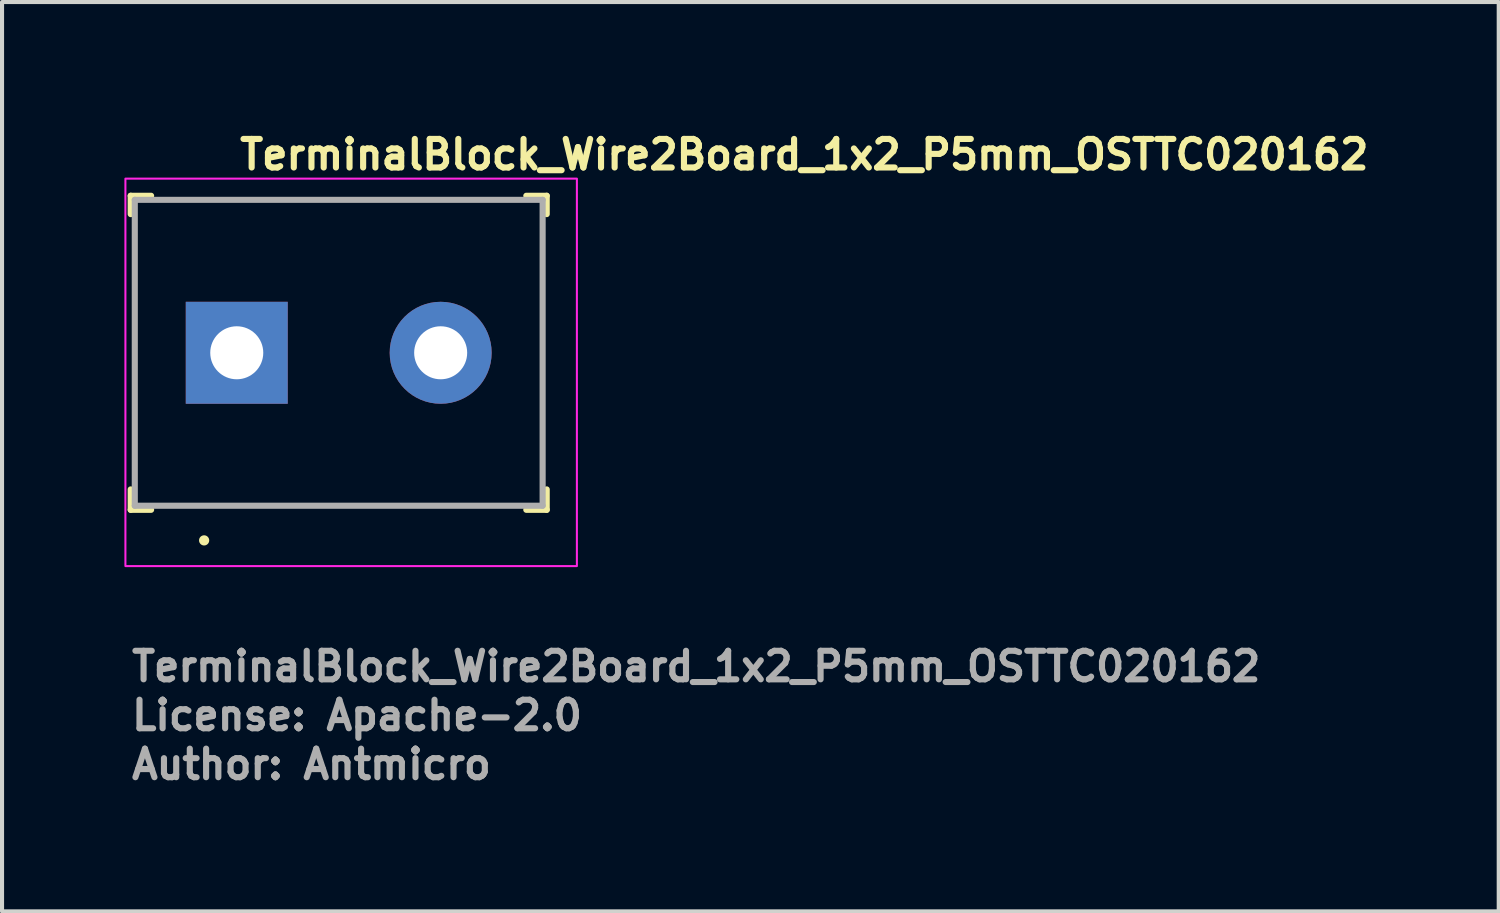
<source format=kicad_pcb>
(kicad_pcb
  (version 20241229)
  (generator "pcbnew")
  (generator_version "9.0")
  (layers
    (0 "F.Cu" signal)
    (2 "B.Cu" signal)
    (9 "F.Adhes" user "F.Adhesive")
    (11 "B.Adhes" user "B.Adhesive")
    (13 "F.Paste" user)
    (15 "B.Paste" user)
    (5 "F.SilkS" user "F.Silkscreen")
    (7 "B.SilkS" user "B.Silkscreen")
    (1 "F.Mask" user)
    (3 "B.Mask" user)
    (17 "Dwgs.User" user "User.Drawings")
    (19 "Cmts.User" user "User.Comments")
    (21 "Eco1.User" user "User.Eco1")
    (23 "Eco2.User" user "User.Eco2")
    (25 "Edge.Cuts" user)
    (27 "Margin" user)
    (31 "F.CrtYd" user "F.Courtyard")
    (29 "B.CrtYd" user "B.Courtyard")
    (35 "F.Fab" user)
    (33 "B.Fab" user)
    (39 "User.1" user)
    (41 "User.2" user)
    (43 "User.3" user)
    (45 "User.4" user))
  (footprint "TerminalBlock_Wire2Board_1x2_P5mm_OSTTC020162"
    (layer "F.Cu")
    (at 2.755 5.6)
    (property "Reference" "TerminalBlock_Wire2Board_1x2_P5mm_OSTTC020162" (at 0 -4.45 0) (layer "F.SilkS") (effects (font (size 0.7 0.7) (thickness 0.15)) (justify left bottom)))
    (attr through_hole)
    (fp_line (start -2.6 -3.85) (end -2.6 -3.4) (stroke (width 0.15) (type solid)) (layer "F.SilkS"))
    (fp_line (start -2.6 -3.85) (end -2.1 -3.85) (stroke (width 0.15) (type solid)) (layer "F.SilkS"))
    (fp_line (start -2.6 3.85) (end -2.6 3.35) (stroke (width 0.15) (type solid)) (layer "F.SilkS"))
    (fp_line (start -2.6 3.85) (end -2.1 3.85) (stroke (width 0.15) (type solid)) (layer "F.SilkS"))
    (fp_line (start 7.6 -3.85) (end 7.1 -3.85) (stroke (width 0.15) (type solid)) (layer "F.SilkS"))
    (fp_line (start 7.6 -3.85) (end 7.6 -3.4) (stroke (width 0.15) (type solid)) (layer "F.SilkS"))
    (fp_line (start 7.6 3.85) (end 7.1 3.85) (stroke (width 0.15) (type solid)) (layer "F.SilkS"))
    (fp_line (start 7.6 3.85) (end 7.6 3.35) (stroke (width 0.15) (type solid)) (layer "F.SilkS"))
    (fp_circle (center -0.8 4.6) (end -0.75 4.6) (stroke (width 0.15) (type solid)) (fill yes) (layer "F.SilkS"))
    (fp_rect (start -2.73 -4.27) (end 8.34 5.23) (stroke (width 0.05) (type solid)) (fill no) (layer "F.CrtYd"))
    (fp_line (start -2.5 -3.75) (end -2.5 3.75) (stroke (width 0.15) (type solid)) (layer "F.Fab"))
    (fp_line (start 7.5 -3.75) (end -2.5 -3.75) (stroke (width 0.15) (type solid)) (layer "F.Fab"))
    (fp_line (start 7.5 -3.75) (end 7.5 3.75) (stroke (width 0.15) (type solid)) (layer "F.Fab"))
    (fp_line (start 7.5 3.75) (end -2.5 3.75) (stroke (width 0.15) (type solid)) (layer "F.Fab"))
    (fp_rect (start -2.479 -4.023) (end 8.091 4.977) (stroke (width 0.1) (type solid)) (fill no) (layer "User.5"))
    (fp_line (start -2.479 -3.014) (end -2.479 -4.023) (stroke (width 0.02) (type solid)) (layer "User.9"))
    (fp_line (start -2.479 -3.014) (end -2.479 -3.003) (stroke (width 0.02) (type solid)) (layer "User.9"))
    (fp_line (start -2.479 -3.014) (end 7.521 -3.014) (stroke (width 0.02) (type solid)) (layer "User.9"))
    (fp_line (start -2.479 -3.003) (end -2.479 -2.99) (stroke (width 0.02) (type solid)) (layer "User.9"))
    (fp_line (start -2.479 -2.99) (end -2.479 -2.976) (stroke (width 0.02) (type solid)) (layer "User.9"))
    (fp_line (start -2.479 -2.976) (end -2.479 -2.96) (stroke (width 0.02) (type solid)) (layer "User.9"))
    (fp_line (start -2.479 -2.96) (end -2.479 -2.942) (stroke (width 0.02) (type solid)) (layer "User.9"))
    (fp_line (start -2.479 -2.942) (end -2.479 -2.923) (stroke (width 0.02) (type solid)) (layer "User.9"))
    (fp_line (start -2.479 -2.923) (end -2.479 -2.903) (stroke (width 0.02) (type solid)) (layer "User.9"))
    (fp_line (start -2.479 -2.903) (end -2.479 -2.882) (stroke (width 0.02) (type solid)) (layer "User.9"))
    (fp_line (start -2.479 -2.882) (end -2.479 -2.859) (stroke (width 0.02) (type solid)) (layer "User.9"))
    (fp_line (start -2.479 -2.859) (end -2.479 -2.836) (stroke (width 0.02) (type solid)) (layer "User.9"))
    (fp_line (start -2.479 -2.836) (end -2.479 -2.812) (stroke (width 0.02) (type solid)) (layer "User.9"))
    (fp_line (start -2.479 -2.812) (end -2.479 -2.788) (stroke (width 0.02) (type solid)) (layer "User.9"))
    (fp_line (start -2.479 -2.788) (end -2.479 -2.763) (stroke (width 0.02) (type solid)) (layer "User.9"))
    (fp_line (start -2.479 -2.763) (end -2.479 -2.738) (stroke (width 0.02) (type solid)) (layer "User.9"))
    (fp_line (start -2.479 -2.738) (end -2.479 -2.08) (stroke (width 0.02) (type solid)) (layer "User.9"))
    (fp_line (start -2.479 -2.738) (end 7.521 -2.738) (stroke (width 0.02) (type solid)) (layer "User.9"))
    (fp_line (start -2.479 -2.08) (end -2.351 -2.08) (stroke (width 0.02) (type solid)) (layer "User.9"))
    (fp_line (start -2.479 -1.666) (end -2.479 -2.08) (stroke (width 0.02) (type solid)) (layer "User.9"))
    (fp_line (start -2.479 -1.666) (end -2.479 1.62) (stroke (width 0.02) (type solid)) (layer "User.9"))
    (fp_line (start -2.479 2.034) (end -2.479 1.62) (stroke (width 0.02) (type solid)) (layer "User.9"))
    (fp_line (start -2.479 2.034) (end -2.479 2.702) (stroke (width 0.02) (type solid)) (layer "User.9"))
    (fp_line (start -2.479 2.727) (end -2.479 2.702) (stroke (width 0.02) (type solid)) (layer "User.9"))
    (fp_line (start -2.479 2.752) (end -2.479 2.727) (stroke (width 0.02) (type solid)) (layer "User.9"))
    (fp_line (start -2.479 2.776) (end -2.479 2.752) (stroke (width 0.02) (type solid)) (layer "User.9"))
    (fp_line (start -2.479 2.8) (end -2.479 2.776) (stroke (width 0.02) (type solid)) (layer "User.9"))
    (fp_line (start -2.479 2.823) (end -2.479 2.8) (stroke (width 0.02) (type solid)) (layer "User.9"))
    (fp_line (start -2.479 2.846) (end -2.479 2.823) (stroke (width 0.02) (type solid)) (layer "User.9"))
    (fp_line (start -2.479 2.867) (end -2.479 2.846) (stroke (width 0.02) (type solid)) (layer "User.9"))
    (fp_line (start -2.479 2.887) (end -2.479 2.867) (stroke (width 0.02) (type solid)) (layer "User.9"))
    (fp_line (start -2.479 2.906) (end -2.479 2.887) (stroke (width 0.02) (type solid)) (layer "User.9"))
    (fp_line (start -2.479 2.924) (end -2.479 2.906) (stroke (width 0.02) (type solid)) (layer "User.9"))
    (fp_line (start -2.479 2.94) (end -2.479 2.924) (stroke (width 0.02) (type solid)) (layer "User.9"))
    (fp_line (start -2.479 2.954) (end -2.479 2.94) (stroke (width 0.02) (type solid)) (layer "User.9"))
    (fp_line (start -2.479 2.967) (end -2.479 2.954) (stroke (width 0.02) (type solid)) (layer "User.9"))
    (fp_line (start -2.479 2.977) (end -2.479 2.967) (stroke (width 0.02) (type solid)) (layer "User.9"))
    (fp_line (start -2.479 2.977) (end -2.479 3.483) (stroke (width 0.02) (type solid)) (layer "User.9"))
    (fp_line (start -2.479 3.997) (end -2.479 3.483) (stroke (width 0.02) (type solid)) (layer "User.9"))
    (fp_line (start -2.479 4.108) (end -2.479 3.997) (stroke (width 0.02) (type solid)) (layer "User.9"))
    (fp_line (start -2.479 4.216) (end -2.479 4.108) (stroke (width 0.02) (type solid)) (layer "User.9"))
    (fp_line (start -2.479 4.322) (end -2.479 4.216) (stroke (width 0.02) (type solid)) (layer "User.9"))
    (fp_line (start -2.479 4.424) (end -2.479 4.322) (stroke (width 0.02) (type solid)) (layer "User.9"))
    (fp_line (start -2.479 4.52) (end -2.479 4.424) (stroke (width 0.02) (type solid)) (layer "User.9"))
    (fp_line (start -2.479 4.61) (end -2.479 4.52) (stroke (width 0.02) (type solid)) (layer "User.9"))
    (fp_line (start -2.479 4.691) (end -2.479 4.61) (stroke (width 0.02) (type solid)) (layer "User.9"))
    (fp_line (start -2.479 4.764) (end -2.479 4.691) (stroke (width 0.02) (type solid)) (layer "User.9"))
    (fp_line (start -2.479 4.828) (end -2.479 4.764) (stroke (width 0.02) (type solid)) (layer "User.9"))
    (fp_line (start -2.479 4.881) (end -2.479 4.828) (stroke (width 0.02) (type solid)) (layer "User.9"))
    (fp_line (start -2.479 4.922) (end -2.479 4.881) (stroke (width 0.02) (type solid)) (layer "User.9"))
    (fp_line (start -2.479 4.953) (end -2.479 4.922) (stroke (width 0.02) (type solid)) (layer "User.9"))
    (fp_line (start -2.479 4.971) (end -2.479 4.953) (stroke (width 0.02) (type solid)) (layer "User.9"))
    (fp_line (start -2.479 4.977) (end -2.479 4.971) (stroke (width 0.02) (type solid)) (layer "User.9"))
    (fp_line (start -2.351 -2.08) (end -2.172 -2.23) (stroke (width 0.02) (type solid)) (layer "User.9"))
    (fp_line (start -2.351 -1.666) (end -2.479 -1.666) (stroke (width 0.02) (type solid)) (layer "User.9"))
    (fp_line (start -2.351 1.62) (end -2.479 1.62) (stroke (width 0.02) (type solid)) (layer "User.9"))
    (fp_line (start -2.351 1.62) (end -2.172 1.47) (stroke (width 0.02) (type solid)) (layer "User.9"))
    (fp_line (start -2.351 2.034) (end -2.479 2.034) (stroke (width 0.02) (type solid)) (layer "User.9"))
    (fp_line (start -2.179 4.317) (end -2.179 4.227) (stroke (width 0.02) (type solid)) (layer "User.9"))
    (fp_line (start -2.179 4.404) (end -2.179 4.317) (stroke (width 0.02) (type solid)) (layer "User.9"))
    (fp_line (start -2.179 4.487) (end -2.179 4.404) (stroke (width 0.02) (type solid)) (layer "User.9"))
    (fp_line (start -2.179 4.566) (end -2.179 4.487) (stroke (width 0.02) (type solid)) (layer "User.9"))
    (fp_line (start -2.179 4.639) (end -2.179 4.566) (stroke (width 0.02) (type solid)) (layer "User.9"))
    (fp_line (start -2.179 4.707) (end -2.179 4.639) (stroke (width 0.02) (type solid)) (layer "User.9"))
    (fp_line (start -2.179 4.768) (end -2.179 4.707) (stroke (width 0.02) (type solid)) (layer "User.9"))
    (fp_line (start -2.179 4.822) (end -2.179 4.768) (stroke (width 0.02) (type solid)) (layer "User.9"))
    (fp_line (start -2.179 4.868) (end -2.179 4.822) (stroke (width 0.02) (type solid)) (layer "User.9"))
    (fp_line (start -2.179 4.907) (end -2.179 4.868) (stroke (width 0.02) (type solid)) (layer "User.9"))
    (fp_line (start -2.179 4.938) (end -2.179 4.907) (stroke (width 0.02) (type solid)) (layer "User.9"))
    (fp_line (start -2.179 4.959) (end -2.179 4.938) (stroke (width 0.02) (type solid)) (layer "User.9"))
    (fp_line (start -2.179 4.973) (end -2.179 4.959) (stroke (width 0.02) (type solid)) (layer "User.9"))
    (fp_line (start -2.179 4.977) (end -2.479 4.977) (stroke (width 0.02) (type solid)) (layer "User.9"))
    (fp_line (start -2.179 4.977) (end -2.179 4.973) (stroke (width 0.02) (type solid)) (layer "User.9"))
    (fp_line (start -2.179 4.977) (end -1.979 4.631) (stroke (width 0.02) (type solid)) (layer "User.9"))
    (fp_line (start -2.172 -2.23) (end -1.909 -2.23) (stroke (width 0.02) (type solid)) (layer "User.9"))
    (fp_line (start -2.172 -1.516) (end -2.351 -1.666) (stroke (width 0.02) (type solid)) (layer "User.9"))
    (fp_line (start -2.172 1.47) (end -1.909 1.47) (stroke (width 0.02) (type solid)) (layer "User.9"))
    (fp_line (start -2.172 2.184) (end -2.351 2.034) (stroke (width 0.02) (type solid)) (layer "User.9"))
    (fp_line (start -2.172 2.184) (end -1.909 2.184) (stroke (width 0.02) (type solid)) (layer "User.9"))
    (fp_line (start -1.979 4.227) (end -1.229 4.227) (stroke (width 0.02) (type solid)) (layer "User.9"))
    (fp_line (start -1.979 4.277) (end -1.979 4.227) (stroke (width 0.02) (type solid)) (layer "User.9"))
    (fp_line (start -1.979 4.325) (end -1.979 4.277) (stroke (width 0.02) (type solid)) (layer "User.9"))
    (fp_line (start -1.979 4.37) (end -1.979 4.325) (stroke (width 0.02) (type solid)) (layer "User.9"))
    (fp_line (start -1.979 4.413) (end -1.979 4.37) (stroke (width 0.02) (type solid)) (layer "User.9"))
    (fp_line (start -1.979 4.452) (end -1.979 4.413) (stroke (width 0.02) (type solid)) (layer "User.9"))
    (fp_line (start -1.979 4.488) (end -1.979 4.452) (stroke (width 0.02) (type solid)) (layer "User.9"))
    (fp_line (start -1.979 4.521) (end -1.979 4.488) (stroke (width 0.02) (type solid)) (layer "User.9"))
    (fp_line (start -1.979 4.549) (end -1.979 4.521) (stroke (width 0.02) (type solid)) (layer "User.9"))
    (fp_line (start -1.979 4.574) (end -1.979 4.549) (stroke (width 0.02) (type solid)) (layer "User.9"))
    (fp_line (start -1.979 4.594) (end -1.979 4.574) (stroke (width 0.02) (type solid)) (layer "User.9"))
    (fp_line (start -1.979 4.61) (end -1.979 4.594) (stroke (width 0.02) (type solid)) (layer "User.9"))
    (fp_line (start -1.979 4.621) (end -1.979 4.61) (stroke (width 0.02) (type solid)) (layer "User.9"))
    (fp_line (start -1.979 4.628) (end -1.979 4.621) (stroke (width 0.02) (type solid)) (layer "User.9"))
    (fp_line (start -1.979 4.631) (end -2.179 4.977) (stroke (width 0.02) (type solid)) (layer "User.9"))
    (fp_line (start -1.979 4.631) (end -1.979 4.628) (stroke (width 0.02) (type solid)) (layer "User.9"))
    (fp_line (start -1.909 -2.23) (end -1.909 -1.516) (stroke (width 0.02) (type solid)) (layer "User.9"))
    (fp_line (start -1.909 -1.516) (end -2.172 -1.516) (stroke (width 0.02) (type solid)) (layer "User.9"))
    (fp_line (start -1.909 2.184) (end -1.909 1.47) (stroke (width 0.02) (type solid)) (layer "User.9"))
    (fp_line (start -1.479 -0.023) (end -1.477 0.065) (stroke (width 0.02) (type solid)) (layer "User.9"))
    (fp_line (start -1.477 -0.111) (end -1.479 -0.023) (stroke (width 0.02) (type solid)) (layer "User.9"))
    (fp_line (start -1.477 0.065) (end -1.469 0.153) (stroke (width 0.02) (type solid)) (layer "User.9"))
    (fp_line (start -1.469 -0.199) (end -1.477 -0.111) (stroke (width 0.02) (type solid)) (layer "User.9"))
    (fp_line (start -1.469 0.153) (end -1.456 0.241) (stroke (width 0.02) (type solid)) (layer "User.9"))
    (fp_line (start -1.456 -0.286) (end -1.469 -0.199) (stroke (width 0.02) (type solid)) (layer "User.9"))
    (fp_line (start -1.456 0.241) (end -1.438 0.327) (stroke (width 0.02) (type solid)) (layer "User.9"))
    (fp_line (start -1.438 -0.373) (end -1.456 -0.286) (stroke (width 0.02) (type solid)) (layer "User.9"))
    (fp_line (start -1.438 -0.373) (end -0.329 -0.373) (stroke (width 0.02) (type solid)) (layer "User.9"))
    (fp_line (start -1.438 0.327) (end -0.329 0.327) (stroke (width 0.02) (type solid)) (layer "User.9"))
    (fp_line (start -1.079 -3.734) (end -1.052 -3.764) (stroke (width 0.02) (type solid)) (layer "User.9"))
    (fp_line (start -1.052 -3.764) (end -0.97 -3.793) (stroke (width 0.02) (type solid)) (layer "User.9"))
    (fp_line (start -1.052 -3.704) (end -1.079 -3.734) (stroke (width 0.02) (type solid)) (layer "User.9"))
    (fp_line (start -0.97 -3.793) (end -0.839 -3.819) (stroke (width 0.02) (type solid)) (layer "User.9"))
    (fp_line (start -0.97 -3.676) (end -1.052 -3.704) (stroke (width 0.02) (type solid)) (layer "User.9"))
    (fp_line (start -0.839 -3.819) (end -0.665 -3.84) (stroke (width 0.02) (type solid)) (layer "User.9"))
    (fp_line (start -0.839 -3.65) (end -0.97 -3.676) (stroke (width 0.02) (type solid)) (layer "User.9"))
    (fp_line (start -0.665 -3.84) (end -0.457 -3.856) (stroke (width 0.02) (type solid)) (layer "User.9"))
    (fp_line (start -0.665 -3.629) (end -0.839 -3.65) (stroke (width 0.02) (type solid)) (layer "User.9"))
    (fp_line (start -0.457 -3.856) (end -0.224 -3.866) (stroke (width 0.02) (type solid)) (layer "User.9"))
    (fp_line (start -0.457 -3.613) (end -0.665 -3.629) (stroke (width 0.02) (type solid)) (layer "User.9"))
    (fp_line (start -0.329 -0.373) (end -0.329 -1.89) (stroke (width 0.02) (type solid)) (layer "User.9"))
    (fp_line (start -0.329 0.327) (end -0.33 1.84) (stroke (width 0.02) (type solid)) (layer "User.9"))
    (fp_line (start -0.224 -3.866) (end 0.021 -3.869) (stroke (width 0.02) (type solid)) (layer "User.9"))
    (fp_line (start -0.224 -3.603) (end -0.457 -3.613) (stroke (width 0.02) (type solid)) (layer "User.9"))
    (fp_line (start 0.021 -3.869) (end 0.265 -3.866) (stroke (width 0.02) (type solid)) (layer "User.9"))
    (fp_line (start 0.021 -3.599) (end -0.224 -3.603) (stroke (width 0.02) (type solid)) (layer "User.9"))
    (fp_line (start 0.265 -3.866) (end 0.498 -3.856) (stroke (width 0.02) (type solid)) (layer "User.9"))
    (fp_line (start 0.265 -3.603) (end 0.021 -3.599) (stroke (width 0.02) (type solid)) (layer "User.9"))
    (fp_line (start 0.37 1.84) (end 0.371 0.327) (stroke (width 0.02) (type solid)) (layer "User.9"))
    (fp_line (start 0.371 -0.373) (end 0.37 -1.89) (stroke (width 0.02) (type solid)) (layer "User.9"))
    (fp_line (start 0.371 -0.373) (end 1.479 -0.373) (stroke (width 0.02) (type solid)) (layer "User.9"))
    (fp_line (start 0.498 -3.856) (end 0.706 -3.84) (stroke (width 0.02) (type solid)) (layer "User.9"))
    (fp_line (start 0.498 -3.613) (end 0.265 -3.603) (stroke (width 0.02) (type solid)) (layer "User.9"))
    (fp_line (start 0.706 -3.84) (end 0.881 -3.819) (stroke (width 0.02) (type solid)) (layer "User.9"))
    (fp_line (start 0.706 -3.629) (end 0.498 -3.613) (stroke (width 0.02) (type solid)) (layer "User.9"))
    (fp_line (start 0.881 -3.819) (end 1.012 -3.793) (stroke (width 0.02) (type solid)) (layer "User.9"))
    (fp_line (start 0.881 -3.65) (end 0.706 -3.629) (stroke (width 0.02) (type solid)) (layer "User.9"))
    (fp_line (start 1.012 -3.793) (end 1.093 -3.764) (stroke (width 0.02) (type solid)) (layer "User.9"))
    (fp_line (start 1.012 -3.676) (end 0.881 -3.65) (stroke (width 0.02) (type solid)) (layer "User.9"))
    (fp_line (start 1.093 -3.764) (end 1.121 -3.734) (stroke (width 0.02) (type solid)) (layer "User.9"))
    (fp_line (start 1.093 -3.704) (end 1.012 -3.676) (stroke (width 0.02) (type solid)) (layer "User.9"))
    (fp_line (start 1.121 -3.734) (end 1.093 -3.704) (stroke (width 0.02) (type solid)) (layer "User.9"))
    (fp_line (start 1.271 4.227) (end 2.121 4.227) (stroke (width 0.02) (type solid)) (layer "User.9"))
    (fp_line (start 1.479 0.327) (end 0.371 0.327) (stroke (width 0.02) (type solid)) (layer "User.9"))
    (fp_line (start 1.479 0.327) (end 1.497 0.241) (stroke (width 0.02) (type solid)) (layer "User.9"))
    (fp_line (start 1.497 -0.286) (end 1.479 -0.373) (stroke (width 0.02) (type solid)) (layer "User.9"))
    (fp_line (start 1.497 0.241) (end 1.51 0.153) (stroke (width 0.02) (type solid)) (layer "User.9"))
    (fp_line (start 1.51 -0.199) (end 1.497 -0.286) (stroke (width 0.02) (type solid)) (layer "User.9"))
    (fp_line (start 1.51 0.153) (end 1.518 0.065) (stroke (width 0.02) (type solid)) (layer "User.9"))
    (fp_line (start 1.518 -0.111) (end 1.51 -0.199) (stroke (width 0.02) (type solid)) (layer "User.9"))
    (fp_line (start 1.518 0.065) (end 1.521 -0.023) (stroke (width 0.02) (type solid)) (layer "User.9"))
    (fp_line (start 1.521 -0.023) (end 1.518 -0.111) (stroke (width 0.02) (type solid)) (layer "User.9"))
    (fp_line (start 2.121 -4.023) (end -2.479 -4.023) (stroke (width 0.02) (type solid)) (layer "User.9"))
    (fp_line (start 2.121 -4.021) (end 2.121 -4.023) (stroke (width 0.02) (type solid)) (layer "User.9"))
    (fp_line (start 2.121 -4.015) (end 2.121 -4.021) (stroke (width 0.02) (type solid)) (layer "User.9"))
    (fp_line (start 2.121 -4.006) (end 2.121 -4.015) (stroke (width 0.02) (type solid)) (layer "User.9"))
    (fp_line (start 2.121 -3.993) (end 2.121 -4.006) (stroke (width 0.02) (type solid)) (layer "User.9"))
    (fp_line (start 2.121 -3.977) (end 2.121 -3.993) (stroke (width 0.02) (type solid)) (layer "User.9"))
    (fp_line (start 2.121 -3.957) (end 2.121 -3.977) (stroke (width 0.02) (type solid)) (layer "User.9"))
    (fp_line (start 2.121 -3.935) (end 2.121 -3.957) (stroke (width 0.02) (type solid)) (layer "User.9"))
    (fp_line (start 2.121 -3.91) (end 2.121 -3.935) (stroke (width 0.02) (type solid)) (layer "User.9"))
    (fp_line (start 2.121 -3.882) (end 2.121 -3.91) (stroke (width 0.02) (type solid)) (layer "User.9"))
    (fp_line (start 2.121 -3.853) (end 2.121 -3.882) (stroke (width 0.02) (type solid)) (layer "User.9"))
    (fp_line (start 2.121 -3.822) (end 2.121 -3.853) (stroke (width 0.02) (type solid)) (layer "User.9"))
    (fp_line (start 2.121 -3.79) (end 2.121 -3.822) (stroke (width 0.02) (type solid)) (layer "User.9"))
    (fp_line (start 2.121 -3.756) (end 2.121 -3.79) (stroke (width 0.02) (type solid)) (layer "User.9"))
    (fp_line (start 2.121 -3.723) (end 2.121 -3.756) (stroke (width 0.02) (type solid)) (layer "User.9"))
    (fp_line (start 2.121 -3.723) (end 2.121 -3.243) (stroke (width 0.02) (type solid)) (layer "User.9"))
    (fp_line (start 2.121 -3.243) (end 2.921 -3.243) (stroke (width 0.02) (type solid)) (layer "User.9"))
    (fp_line (start 2.121 4.227) (end 2.121 4.277) (stroke (width 0.02) (type solid)) (layer "User.9"))
    (fp_line (start 2.121 4.277) (end 2.121 4.325) (stroke (width 0.02) (type solid)) (layer "User.9"))
    (fp_line (start 2.121 4.325) (end 2.121 4.37) (stroke (width 0.02) (type solid)) (layer "User.9"))
    (fp_line (start 2.121 4.37) (end 2.121 4.413) (stroke (width 0.02) (type solid)) (layer "User.9"))
    (fp_line (start 2.121 4.413) (end 2.121 4.452) (stroke (width 0.02) (type solid)) (layer "User.9"))
    (fp_line (start 2.121 4.452) (end 2.121 4.488) (stroke (width 0.02) (type solid)) (layer "User.9"))
    (fp_line (start 2.121 4.488) (end 2.121 4.521) (stroke (width 0.02) (type solid)) (layer "User.9"))
    (fp_line (start 2.121 4.521) (end 2.121 4.549) (stroke (width 0.02) (type solid)) (layer "User.9"))
    (fp_line (start 2.121 4.549) (end 2.121 4.574) (stroke (width 0.02) (type solid)) (layer "User.9"))
    (fp_line (start 2.121 4.574) (end 2.121 4.594) (stroke (width 0.02) (type solid)) (layer "User.9"))
    (fp_line (start 2.121 4.594) (end 2.121 4.61) (stroke (width 0.02) (type solid)) (layer "User.9"))
    (fp_line (start 2.121 4.61) (end 2.121 4.621) (stroke (width 0.02) (type solid)) (layer "User.9"))
    (fp_line (start 2.121 4.621) (end 2.121 4.628) (stroke (width 0.02) (type solid)) (layer "User.9"))
    (fp_line (start 2.121 4.628) (end 2.121 4.631) (stroke (width 0.02) (type solid)) (layer "User.9"))
    (fp_line (start 2.321 4.227) (end -2.179 4.227) (stroke (width 0.02) (type solid)) (layer "User.9"))
    (fp_line (start 2.321 4.317) (end 2.321 4.227) (stroke (width 0.02) (type solid)) (layer "User.9"))
    (fp_line (start 2.321 4.404) (end 2.321 4.317) (stroke (width 0.02) (type solid)) (layer "User.9"))
    (fp_line (start 2.321 4.487) (end 2.321 4.404) (stroke (width 0.02) (type solid)) (layer "User.9"))
    (fp_line (start 2.321 4.566) (end 2.321 4.487) (stroke (width 0.02) (type solid)) (layer "User.9"))
    (fp_line (start 2.321 4.639) (end 2.321 4.566) (stroke (width 0.02) (type solid)) (layer "User.9"))
    (fp_line (start 2.321 4.707) (end 2.321 4.639) (stroke (width 0.02) (type solid)) (layer "User.9"))
    (fp_line (start 2.321 4.768) (end 2.321 4.707) (stroke (width 0.02) (type solid)) (layer "User.9"))
    (fp_line (start 2.321 4.822) (end 2.321 4.768) (stroke (width 0.02) (type solid)) (layer "User.9"))
    (fp_line (start 2.321 4.868) (end 2.321 4.822) (stroke (width 0.02) (type solid)) (layer "User.9"))
    (fp_line (start 2.321 4.907) (end 2.321 4.868) (stroke (width 0.02) (type solid)) (layer "User.9"))
    (fp_line (start 2.321 4.938) (end 2.321 4.907) (stroke (width 0.02) (type solid)) (layer "User.9"))
    (fp_line (start 2.321 4.959) (end 2.321 4.938) (stroke (width 0.02) (type solid)) (layer "User.9"))
    (fp_line (start 2.321 4.973) (end 2.321 4.959) (stroke (width 0.02) (type solid)) (layer "User.9"))
    (fp_line (start 2.321 4.977) (end 2.121 4.631) (stroke (width 0.02) (type solid)) (layer "User.9"))
    (fp_line (start 2.321 4.977) (end 2.321 4.973) (stroke (width 0.02) (type solid)) (layer "User.9"))
    (fp_line (start 2.721 4.317) (end 2.721 4.227) (stroke (width 0.02) (type solid)) (layer "User.9"))
    (fp_line (start 2.721 4.404) (end 2.721 4.317) (stroke (width 0.02) (type solid)) (layer "User.9"))
    (fp_line (start 2.721 4.487) (end 2.721 4.404) (stroke (width 0.02) (type solid)) (layer "User.9"))
    (fp_line (start 2.721 4.566) (end 2.721 4.487) (stroke (width 0.02) (type solid)) (layer "User.9"))
    (fp_line (start 2.721 4.639) (end 2.721 4.566) (stroke (width 0.02) (type solid)) (layer "User.9"))
    (fp_line (start 2.721 4.707) (end 2.721 4.639) (stroke (width 0.02) (type solid)) (layer "User.9"))
    (fp_line (start 2.721 4.768) (end 2.721 4.707) (stroke (width 0.02) (type solid)) (layer "User.9"))
    (fp_line (start 2.721 4.822) (end 2.721 4.768) (stroke (width 0.02) (type solid)) (layer "User.9"))
    (fp_line (start 2.721 4.868) (end 2.721 4.822) (stroke (width 0.02) (type solid)) (layer "User.9"))
    (fp_line (start 2.721 4.907) (end 2.721 4.868) (stroke (width 0.02) (type solid)) (layer "User.9"))
    (fp_line (start 2.721 4.938) (end 2.721 4.907) (stroke (width 0.02) (type solid)) (layer "User.9"))
    (fp_line (start 2.721 4.959) (end 2.721 4.938) (stroke (width 0.02) (type solid)) (layer "User.9"))
    (fp_line (start 2.721 4.973) (end 2.721 4.959) (stroke (width 0.02) (type solid)) (layer "User.9"))
    (fp_line (start 2.721 4.977) (end 2.321 4.977) (stroke (width 0.02) (type solid)) (layer "User.9"))
    (fp_line (start 2.721 4.977) (end 2.721 4.973) (stroke (width 0.02) (type solid)) (layer "User.9"))
    (fp_line (start 2.721 4.977) (end 2.921 4.631) (stroke (width 0.02) (type solid)) (layer "User.9"))
    (fp_line (start 2.921 -4.023) (end 2.121 -4.023) (stroke (width 0.02) (type solid)) (layer "User.9"))
    (fp_line (start 2.921 -4.021) (end 2.921 -4.023) (stroke (width 0.02) (type solid)) (layer "User.9"))
    (fp_line (start 2.921 -4.015) (end 2.921 -4.021) (stroke (width 0.02) (type solid)) (layer "User.9"))
    (fp_line (start 2.921 -4.006) (end 2.921 -4.015) (stroke (width 0.02) (type solid)) (layer "User.9"))
    (fp_line (start 2.921 -3.993) (end 2.921 -4.006) (stroke (width 0.02) (type solid)) (layer "User.9"))
    (fp_line (start 2.921 -3.977) (end 2.921 -3.993) (stroke (width 0.02) (type solid)) (layer "User.9"))
    (fp_line (start 2.921 -3.957) (end 2.921 -3.977) (stroke (width 0.02) (type solid)) (layer "User.9"))
    (fp_line (start 2.921 -3.935) (end 2.921 -3.957) (stroke (width 0.02) (type solid)) (layer "User.9"))
    (fp_line (start 2.921 -3.91) (end 2.921 -3.935) (stroke (width 0.02) (type solid)) (layer "User.9"))
    (fp_line (start 2.921 -3.882) (end 2.921 -3.91) (stroke (width 0.02) (type solid)) (layer "User.9"))
    (fp_line (start 2.921 -3.853) (end 2.921 -3.882) (stroke (width 0.02) (type solid)) (layer "User.9"))
    (fp_line (start 2.921 -3.822) (end 2.921 -3.853) (stroke (width 0.02) (type solid)) (layer "User.9"))
    (fp_line (start 2.921 -3.79) (end 2.921 -3.822) (stroke (width 0.02) (type solid)) (layer "User.9"))
    (fp_line (start 2.921 -3.756) (end 2.921 -3.79) (stroke (width 0.02) (type solid)) (layer "User.9"))
    (fp_line (start 2.921 -3.723) (end 2.121 -3.723) (stroke (width 0.02) (type solid)) (layer "User.9"))
    (fp_line (start 2.921 -3.723) (end 2.921 -3.756) (stroke (width 0.02) (type solid)) (layer "User.9"))
    (fp_line (start 2.921 -3.723) (end 2.921 -3.243) (stroke (width 0.02) (type solid)) (layer "User.9"))
    (fp_line (start 2.921 4.277) (end 2.921 4.227) (stroke (width 0.02) (type solid)) (layer "User.9"))
    (fp_line (start 2.921 4.325) (end 2.921 4.277) (stroke (width 0.02) (type solid)) (layer "User.9"))
    (fp_line (start 2.921 4.37) (end 2.921 4.325) (stroke (width 0.02) (type solid)) (layer "User.9"))
    (fp_line (start 2.921 4.413) (end 2.921 4.37) (stroke (width 0.02) (type solid)) (layer "User.9"))
    (fp_line (start 2.921 4.452) (end 2.921 4.413) (stroke (width 0.02) (type solid)) (layer "User.9"))
    (fp_line (start 2.921 4.488) (end 2.921 4.452) (stroke (width 0.02) (type solid)) (layer "User.9"))
    (fp_line (start 2.921 4.521) (end 2.921 4.488) (stroke (width 0.02) (type solid)) (layer "User.9"))
    (fp_line (start 2.921 4.549) (end 2.921 4.521) (stroke (width 0.02) (type solid)) (layer "User.9"))
    (fp_line (start 2.921 4.574) (end 2.921 4.549) (stroke (width 0.02) (type solid)) (layer "User.9"))
    (fp_line (start 2.921 4.594) (end 2.921 4.574) (stroke (width 0.02) (type solid)) (layer "User.9"))
    (fp_line (start 2.921 4.61) (end 2.921 4.594) (stroke (width 0.02) (type solid)) (layer "User.9"))
    (fp_line (start 2.921 4.621) (end 2.921 4.61) (stroke (width 0.02) (type solid)) (layer "User.9"))
    (fp_line (start 2.921 4.628) (end 2.921 4.621) (stroke (width 0.02) (type solid)) (layer "User.9"))
    (fp_line (start 2.921 4.631) (end 2.721 4.977) (stroke (width 0.02) (type solid)) (layer "User.9"))
    (fp_line (start 2.921 4.631) (end 2.921 4.628) (stroke (width 0.02) (type solid)) (layer "User.9"))
    (fp_line (start 3.506 0) (end 3.508 0.088) (stroke (width 0.02) (type solid)) (layer "User.9"))
    (fp_line (start 3.508 -0.088) (end 3.506 0) (stroke (width 0.02) (type solid)) (layer "User.9"))
    (fp_line (start 3.508 0.088) (end 3.516 0.176) (stroke (width 0.02) (type solid)) (layer "User.9"))
    (fp_line (start 3.516 -0.176) (end 3.508 -0.088) (stroke (width 0.02) (type solid)) (layer "User.9"))
    (fp_line (start 3.516 0.176) (end 3.529 0.264) (stroke (width 0.02) (type solid)) (layer "User.9"))
    (fp_line (start 3.529 -0.263) (end 3.516 -0.176) (stroke (width 0.02) (type solid)) (layer "User.9"))
    (fp_line (start 3.529 0.264) (end 3.547 0.35) (stroke (width 0.02) (type solid)) (layer "User.9"))
    (fp_line (start 3.547 -0.35) (end 3.529 -0.263) (stroke (width 0.02) (type solid)) (layer "User.9"))
    (fp_line (start 3.547 -0.35) (end 4.656 -0.35) (stroke (width 0.02) (type solid)) (layer "User.9"))
    (fp_line (start 3.547 0.35) (end 4.656 0.35) (stroke (width 0.02) (type solid)) (layer "User.9"))
    (fp_line (start 3.771 4.227) (end 2.921 4.227) (stroke (width 0.02) (type solid)) (layer "User.9"))
    (fp_line (start 3.921 -3.734) (end 3.948 -3.764) (stroke (width 0.02) (type solid)) (layer "User.9"))
    (fp_line (start 3.948 -3.764) (end 4.03 -3.793) (stroke (width 0.02) (type solid)) (layer "User.9"))
    (fp_line (start 3.948 -3.704) (end 3.921 -3.734) (stroke (width 0.02) (type solid)) (layer "User.9"))
    (fp_line (start 4.03 -3.793) (end 4.161 -3.819) (stroke (width 0.02) (type solid)) (layer "User.9"))
    (fp_line (start 4.03 -3.676) (end 3.948 -3.704) (stroke (width 0.02) (type solid)) (layer "User.9"))
    (fp_line (start 4.161 -3.819) (end 4.335 -3.84) (stroke (width 0.02) (type solid)) (layer "User.9"))
    (fp_line (start 4.161 -3.65) (end 4.03 -3.676) (stroke (width 0.02) (type solid)) (layer "User.9"))
    (fp_line (start 4.335 -3.84) (end 4.543 -3.856) (stroke (width 0.02) (type solid)) (layer "User.9"))
    (fp_line (start 4.335 -3.629) (end 4.161 -3.65) (stroke (width 0.02) (type solid)) (layer "User.9"))
    (fp_line (start 4.543 -3.856) (end 4.776 -3.866) (stroke (width 0.02) (type solid)) (layer "User.9"))
    (fp_line (start 4.543 -3.613) (end 4.335 -3.629) (stroke (width 0.02) (type solid)) (layer "User.9"))
    (fp_line (start 4.656 -0.35) (end 4.656 -1.867) (stroke (width 0.02) (type solid)) (layer "User.9"))
    (fp_line (start 4.656 0.35) (end 4.655 1.863) (stroke (width 0.02) (type solid)) (layer "User.9"))
    (fp_line (start 4.776 -3.866) (end 5.021 -3.869) (stroke (width 0.02) (type solid)) (layer "User.9"))
    (fp_line (start 4.776 -3.603) (end 4.543 -3.613) (stroke (width 0.02) (type solid)) (layer "User.9"))
    (fp_line (start 5.021 -3.869) (end 5.265 -3.866) (stroke (width 0.02) (type solid)) (layer "User.9"))
    (fp_line (start 5.021 -3.599) (end 4.776 -3.603) (stroke (width 0.02) (type solid)) (layer "User.9"))
    (fp_line (start 5.265 -3.866) (end 5.498 -3.856) (stroke (width 0.02) (type solid)) (layer "User.9"))
    (fp_line (start 5.265 -3.603) (end 5.021 -3.599) (stroke (width 0.02) (type solid)) (layer "User.9"))
    (fp_line (start 5.355 1.863) (end 5.356 0.35) (stroke (width 0.02) (type solid)) (layer "User.9"))
    (fp_line (start 5.356 -0.35) (end 5.355 -1.867) (stroke (width 0.02) (type solid)) (layer "User.9"))
    (fp_line (start 5.356 -0.35) (end 6.464 -0.35) (stroke (width 0.02) (type solid)) (layer "User.9"))
    (fp_line (start 5.498 -3.856) (end 5.706 -3.84) (stroke (width 0.02) (type solid)) (layer "User.9"))
    (fp_line (start 5.498 -3.613) (end 5.265 -3.603) (stroke (width 0.02) (type solid)) (layer "User.9"))
    (fp_line (start 5.706 -3.84) (end 5.881 -3.819) (stroke (width 0.02) (type solid)) (layer "User.9"))
    (fp_line (start 5.706 -3.629) (end 5.498 -3.613) (stroke (width 0.02) (type solid)) (layer "User.9"))
    (fp_line (start 5.881 -3.819) (end 6.012 -3.793) (stroke (width 0.02) (type solid)) (layer "User.9"))
    (fp_line (start 5.881 -3.65) (end 5.706 -3.629) (stroke (width 0.02) (type solid)) (layer "User.9"))
    (fp_line (start 6.012 -3.793) (end 6.093 -3.764) (stroke (width 0.02) (type solid)) (layer "User.9"))
    (fp_line (start 6.012 -3.676) (end 5.881 -3.65) (stroke (width 0.02) (type solid)) (layer "User.9"))
    (fp_line (start 6.093 -3.764) (end 6.121 -3.734) (stroke (width 0.02) (type solid)) (layer "User.9"))
    (fp_line (start 6.093 -3.704) (end 6.012 -3.676) (stroke (width 0.02) (type solid)) (layer "User.9"))
    (fp_line (start 6.121 -3.734) (end 6.093 -3.704) (stroke (width 0.02) (type solid)) (layer "User.9"))
    (fp_line (start 6.464 0.35) (end 5.356 0.35) (stroke (width 0.02) (type solid)) (layer "User.9"))
    (fp_line (start 6.464 0.35) (end 6.482 0.264) (stroke (width 0.02) (type solid)) (layer "User.9"))
    (fp_line (start 6.482 -0.263) (end 6.464 -0.35) (stroke (width 0.02) (type solid)) (layer "User.9"))
    (fp_line (start 6.482 0.264) (end 6.495 0.176) (stroke (width 0.02) (type solid)) (layer "User.9"))
    (fp_line (start 6.495 -0.176) (end 6.482 -0.263) (stroke (width 0.02) (type solid)) (layer "User.9"))
    (fp_line (start 6.495 0.176) (end 6.503 0.088) (stroke (width 0.02) (type solid)) (layer "User.9"))
    (fp_line (start 6.503 -0.088) (end 6.495 -0.176) (stroke (width 0.02) (type solid)) (layer "User.9"))
    (fp_line (start 6.503 0.088) (end 6.506 0) (stroke (width 0.02) (type solid)) (layer "User.9"))
    (fp_line (start 6.506 0) (end 6.503 -0.088) (stroke (width 0.02) (type solid)) (layer "User.9"))
    (fp_line (start 7.021 4.227) (end 6.271 4.227) (stroke (width 0.02) (type solid)) (layer "User.9"))
    (fp_line (start 7.021 4.227) (end 7.021 4.277) (stroke (width 0.02) (type solid)) (layer "User.9"))
    (fp_line (start 7.021 4.277) (end 7.021 4.325) (stroke (width 0.02) (type solid)) (layer "User.9"))
    (fp_line (start 7.021 4.325) (end 7.021 4.37) (stroke (width 0.02) (type solid)) (layer "User.9"))
    (fp_line (start 7.021 4.37) (end 7.021 4.413) (stroke (width 0.02) (type solid)) (layer "User.9"))
    (fp_line (start 7.021 4.413) (end 7.021 4.452) (stroke (width 0.02) (type solid)) (layer "User.9"))
    (fp_line (start 7.021 4.452) (end 7.021 4.488) (stroke (width 0.02) (type solid)) (layer "User.9"))
    (fp_line (start 7.021 4.488) (end 7.021 4.521) (stroke (width 0.02) (type solid)) (layer "User.9"))
    (fp_line (start 7.021 4.521) (end 7.021 4.549) (stroke (width 0.02) (type solid)) (layer "User.9"))
    (fp_line (start 7.021 4.549) (end 7.021 4.574) (stroke (width 0.02) (type solid)) (layer "User.9"))
    (fp_line (start 7.021 4.574) (end 7.021 4.594) (stroke (width 0.02) (type solid)) (layer "User.9"))
    (fp_line (start 7.021 4.594) (end 7.021 4.61) (stroke (width 0.02) (type solid)) (layer "User.9"))
    (fp_line (start 7.021 4.61) (end 7.021 4.621) (stroke (width 0.02) (type solid)) (layer "User.9"))
    (fp_line (start 7.021 4.621) (end 7.021 4.628) (stroke (width 0.02) (type solid)) (layer "User.9"))
    (fp_line (start 7.021 4.628) (end 7.021 4.631) (stroke (width 0.02) (type solid)) (layer "User.9"))
    (fp_line (start 7.221 4.227) (end 2.721 4.227) (stroke (width 0.02) (type solid)) (layer "User.9"))
    (fp_line (start 7.221 4.227) (end 7.221 4.317) (stroke (width 0.02) (type solid)) (layer "User.9"))
    (fp_line (start 7.221 4.317) (end 7.221 4.404) (stroke (width 0.02) (type solid)) (layer "User.9"))
    (fp_line (start 7.221 4.404) (end 7.221 4.487) (stroke (width 0.02) (type solid)) (layer "User.9"))
    (fp_line (start 7.221 4.487) (end 7.221 4.566) (stroke (width 0.02) (type solid)) (layer "User.9"))
    (fp_line (start 7.221 4.566) (end 7.221 4.639) (stroke (width 0.02) (type solid)) (layer "User.9"))
    (fp_line (start 7.221 4.639) (end 7.221 4.707) (stroke (width 0.02) (type solid)) (layer "User.9"))
    (fp_line (start 7.221 4.707) (end 7.221 4.768) (stroke (width 0.02) (type solid)) (layer "User.9"))
    (fp_line (start 7.221 4.768) (end 7.221 4.822) (stroke (width 0.02) (type solid)) (layer "User.9"))
    (fp_line (start 7.221 4.822) (end 7.221 4.868) (stroke (width 0.02) (type solid)) (layer "User.9"))
    (fp_line (start 7.221 4.868) (end 7.221 4.907) (stroke (width 0.02) (type solid)) (layer "User.9"))
    (fp_line (start 7.221 4.907) (end 7.221 4.938) (stroke (width 0.02) (type solid)) (layer "User.9"))
    (fp_line (start 7.221 4.938) (end 7.221 4.959) (stroke (width 0.02) (type solid)) (layer "User.9"))
    (fp_line (start 7.221 4.959) (end 7.221 4.973) (stroke (width 0.02) (type solid)) (layer "User.9"))
    (fp_line (start 7.221 4.973) (end 7.221 4.977) (stroke (width 0.02) (type solid)) (layer "User.9"))
    (fp_line (start 7.221 4.977) (end 7.021 4.631) (stroke (width 0.02) (type solid)) (layer "User.9"))
    (fp_line (start 7.521 -4.023) (end 2.921 -4.023) (stroke (width 0.02) (type solid)) (layer "User.9"))
    (fp_line (start 7.521 -4.023) (end 7.521 -3.014) (stroke (width 0.02) (type solid)) (layer "User.9"))
    (fp_line (start 7.521 -3.014) (end 7.521 -3.003) (stroke (width 0.02) (type solid)) (layer "User.9"))
    (fp_line (start 7.521 -3.003) (end 7.521 -2.99) (stroke (width 0.02) (type solid)) (layer "User.9"))
    (fp_line (start 7.521 -2.99) (end 7.521 -2.976) (stroke (width 0.02) (type solid)) (layer "User.9"))
    (fp_line (start 7.521 -2.976) (end 7.521 -2.96) (stroke (width 0.02) (type solid)) (layer "User.9"))
    (fp_line (start 7.521 -2.96) (end 7.521 -2.942) (stroke (width 0.02) (type solid)) (layer "User.9"))
    (fp_line (start 7.521 -2.942) (end 7.521 -2.923) (stroke (width 0.02) (type solid)) (layer "User.9"))
    (fp_line (start 7.521 -2.923) (end 7.521 -2.903) (stroke (width 0.02) (type solid)) (layer "User.9"))
    (fp_line (start 7.521 -2.903) (end 7.521 -2.882) (stroke (width 0.02) (type solid)) (layer "User.9"))
    (fp_line (start 7.521 -2.882) (end 7.521 -2.859) (stroke (width 0.02) (type solid)) (layer "User.9"))
    (fp_line (start 7.521 -2.859) (end 7.521 -2.836) (stroke (width 0.02) (type solid)) (layer "User.9"))
    (fp_line (start 7.521 -2.836) (end 7.521 -2.812) (stroke (width 0.02) (type solid)) (layer "User.9"))
    (fp_line (start 7.521 -2.812) (end 7.521 -2.788) (stroke (width 0.02) (type solid)) (layer "User.9"))
    (fp_line (start 7.521 -2.788) (end 7.521 -2.763) (stroke (width 0.02) (type solid)) (layer "User.9"))
    (fp_line (start 7.521 -2.763) (end 7.521 -2.738) (stroke (width 0.02) (type solid)) (layer "User.9"))
    (fp_line (start 7.521 -2.08) (end 7.521 -2.738) (stroke (width 0.02) (type solid)) (layer "User.9"))
    (fp_line (start 7.521 -1.666) (end 7.649 -1.666) (stroke (width 0.02) (type solid)) (layer "User.9"))
    (fp_line (start 7.521 0.938) (end 7.521 1.05) (stroke (width 0.02) (type solid)) (layer "User.9"))
    (fp_line (start 7.521 1.05) (end 7.521 1.053) (stroke (width 0.02) (type solid)) (layer "User.9"))
    (fp_line (start 7.521 1.053) (end 7.521 1.063) (stroke (width 0.02) (type solid)) (layer "User.9"))
    (fp_line (start 7.521 1.063) (end 7.521 1.079) (stroke (width 0.02) (type solid)) (layer "User.9"))
    (fp_line (start 7.521 1.079) (end 7.521 1.102) (stroke (width 0.02) (type solid)) (layer "User.9"))
    (fp_line (start 7.521 1.102) (end 7.521 1.13) (stroke (width 0.02) (type solid)) (layer "User.9"))
    (fp_line (start 7.521 1.13) (end 7.521 1.165) (stroke (width 0.02) (type solid)) (layer "User.9"))
    (fp_line (start 7.521 1.165) (end 7.521 1.205) (stroke (width 0.02) (type solid)) (layer "User.9"))
    (fp_line (start 7.521 1.205) (end 7.521 1.251) (stroke (width 0.02) (type solid)) (layer "User.9"))
    (fp_line (start 7.521 1.251) (end 7.521 1.302) (stroke (width 0.02) (type solid)) (layer "User.9"))
    (fp_line (start 7.521 1.302) (end 7.521 1.358) (stroke (width 0.02) (type solid)) (layer "User.9"))
    (fp_line (start 7.521 1.358) (end 7.521 1.418) (stroke (width 0.02) (type solid)) (layer "User.9"))
    (fp_line (start 7.521 1.418) (end 7.521 1.482) (stroke (width 0.02) (type solid)) (layer "User.9"))
    (fp_line (start 7.521 1.482) (end 7.521 1.549) (stroke (width 0.02) (type solid)) (layer "User.9"))
    (fp_line (start 7.521 1.549) (end 7.521 1.62) (stroke (width 0.02) (type solid)) (layer "User.9"))
    (fp_line (start 7.521 1.62) (end 7.521 -1.666) (stroke (width 0.02) (type solid)) (layer "User.9"))
    (fp_line (start 7.521 2.034) (end 7.521 2.05) (stroke (width 0.02) (type solid)) (layer "User.9"))
    (fp_line (start 7.521 2.05) (end 7.521 2.066) (stroke (width 0.02) (type solid)) (layer "User.9"))
    (fp_line (start 7.521 2.066) (end 7.521 2.081) (stroke (width 0.02) (type solid)) (layer "User.9"))
    (fp_line (start 7.521 2.081) (end 7.521 2.095) (stroke (width 0.02) (type solid)) (layer "User.9"))
    (fp_line (start 7.521 2.095) (end 7.521 2.109) (stroke (width 0.02) (type solid)) (layer "User.9"))
    (fp_line (start 7.521 2.109) (end 7.521 2.121) (stroke (width 0.02) (type solid)) (layer "User.9"))
    (fp_line (start 7.521 2.121) (end 7.521 2.133) (stroke (width 0.02) (type solid)) (layer "User.9"))
    (fp_line (start 7.521 2.133) (end 7.521 2.143) (stroke (width 0.02) (type solid)) (layer "User.9"))
    (fp_line (start 7.521 2.143) (end 7.521 2.151) (stroke (width 0.02) (type solid)) (layer "User.9"))
    (fp_line (start 7.521 2.151) (end 7.521 2.159) (stroke (width 0.02) (type solid)) (layer "User.9"))
    (fp_line (start 7.521 2.159) (end 7.521 2.164) (stroke (width 0.02) (type solid)) (layer "User.9"))
    (fp_line (start 7.521 2.164) (end 7.521 2.169) (stroke (width 0.02) (type solid)) (layer "User.9"))
    (fp_line (start 7.521 2.169) (end 7.521 2.171) (stroke (width 0.02) (type solid)) (layer "User.9"))
    (fp_line (start 7.521 2.171) (end 7.521 2.172) (stroke (width 0.02) (type solid)) (layer "User.9"))
    (fp_line (start 7.521 2.702) (end -2.479 2.702) (stroke (width 0.02) (type solid)) (layer "User.9"))
    (fp_line (start 7.521 2.702) (end 7.521 2.034) (stroke (width 0.02) (type solid)) (layer "User.9"))
    (fp_line (start 7.521 2.727) (end 7.521 2.702) (stroke (width 0.02) (type solid)) (layer "User.9"))
    (fp_line (start 7.521 2.752) (end 7.521 2.727) (stroke (width 0.02) (type solid)) (layer "User.9"))
    (fp_line (start 7.521 2.776) (end 7.521 2.752) (stroke (width 0.02) (type solid)) (layer "User.9"))
    (fp_line (start 7.521 2.8) (end 7.521 2.776) (stroke (width 0.02) (type solid)) (layer "User.9"))
    (fp_line (start 7.521 2.823) (end 7.521 2.8) (stroke (width 0.02) (type solid)) (layer "User.9"))
    (fp_line (start 7.521 2.846) (end 7.521 2.823) (stroke (width 0.02) (type solid)) (layer "User.9"))
    (fp_line (start 7.521 2.867) (end 7.521 2.846) (stroke (width 0.02) (type solid)) (layer "User.9"))
    (fp_line (start 7.521 2.887) (end 7.521 2.867) (stroke (width 0.02) (type solid)) (layer "User.9"))
    (fp_line (start 7.521 2.906) (end 7.521 2.887) (stroke (width 0.02) (type solid)) (layer "User.9"))
    (fp_line (start 7.521 2.924) (end 7.521 2.906) (stroke (width 0.02) (type solid)) (layer "User.9"))
    (fp_line (start 7.521 2.94) (end 7.521 2.924) (stroke (width 0.02) (type solid)) (layer "User.9"))
    (fp_line (start 7.521 2.954) (end 7.521 2.94) (stroke (width 0.02) (type solid)) (layer "User.9"))
    (fp_line (start 7.521 2.967) (end 7.521 2.954) (stroke (width 0.02) (type solid)) (layer "User.9"))
    (fp_line (start 7.521 2.977) (end -2.479 2.977) (stroke (width 0.02) (type solid)) (layer "User.9"))
    (fp_line (start 7.521 2.977) (end 7.521 2.967) (stroke (width 0.02) (type solid)) (layer "User.9"))
    (fp_line (start 7.521 3.483) (end -2.479 3.483) (stroke (width 0.02) (type solid)) (layer "User.9"))
    (fp_line (start 7.521 3.483) (end 7.521 2.977) (stroke (width 0.02) (type solid)) (layer "User.9"))
    (fp_line (start 7.521 3.483) (end 7.521 3.997) (stroke (width 0.02) (type solid)) (layer "User.9"))
    (fp_line (start 7.521 3.997) (end -2.479 3.997) (stroke (width 0.02) (type solid)) (layer "User.9"))
    (fp_line (start 7.521 4.108) (end 7.521 3.997) (stroke (width 0.02) (type solid)) (layer "User.9"))
    (fp_line (start 7.521 4.216) (end 7.521 4.108) (stroke (width 0.02) (type solid)) (layer "User.9"))
    (fp_line (start 7.521 4.322) (end 7.521 4.216) (stroke (width 0.02) (type solid)) (layer "User.9"))
    (fp_line (start 7.521 4.424) (end 7.521 4.322) (stroke (width 0.02) (type solid)) (layer "User.9"))
    (fp_line (start 7.521 4.52) (end 7.521 4.424) (stroke (width 0.02) (type solid)) (layer "User.9"))
    (fp_line (start 7.521 4.61) (end 7.521 4.52) (stroke (width 0.02) (type solid)) (layer "User.9"))
    (fp_line (start 7.521 4.691) (end 7.521 4.61) (stroke (width 0.02) (type solid)) (layer "User.9"))
    (fp_line (start 7.521 4.764) (end 7.521 4.691) (stroke (width 0.02) (type solid)) (layer "User.9"))
    (fp_line (start 7.521 4.828) (end 7.521 4.764) (stroke (width 0.02) (type solid)) (layer "User.9"))
    (fp_line (start 7.521 4.881) (end 7.521 4.828) (stroke (width 0.02) (type solid)) (layer "User.9"))
    (fp_line (start 7.521 4.922) (end 7.521 4.881) (stroke (width 0.02) (type solid)) (layer "User.9"))
    (fp_line (start 7.521 4.953) (end 7.521 4.922) (stroke (width 0.02) (type solid)) (layer "User.9"))
    (fp_line (start 7.521 4.971) (end 7.521 4.953) (stroke (width 0.02) (type solid)) (layer "User.9"))
    (fp_line (start 7.521 4.977) (end 7.221 4.977) (stroke (width 0.02) (type solid)) (layer "User.9"))
    (fp_line (start 7.521 4.977) (end 7.521 4.971) (stroke (width 0.02) (type solid)) (layer "User.9"))
    (fp_line (start 7.649 -2.08) (end 7.521 -2.08) (stroke (width 0.02) (type solid)) (layer "User.9"))
    (fp_line (start 7.649 -1.666) (end 7.828 -1.516) (stroke (width 0.02) (type solid)) (layer "User.9"))
    (fp_line (start 7.649 1.62) (end 7.521 1.62) (stroke (width 0.02) (type solid)) (layer "User.9"))
    (fp_line (start 7.649 2.034) (end 7.521 2.034) (stroke (width 0.02) (type solid)) (layer "User.9"))
    (fp_line (start 7.649 2.034) (end 7.828 2.184) (stroke (width 0.02) (type solid)) (layer "User.9"))
    (fp_line (start 7.828 -2.23) (end 7.649 -2.08) (stroke (width 0.02) (type solid)) (layer "User.9"))
    (fp_line (start 7.828 1.47) (end 7.649 1.62) (stroke (width 0.02) (type solid)) (layer "User.9"))
    (fp_line (start 7.828 1.47) (end 8.091 1.47) (stroke (width 0.02) (type solid)) (layer "User.9"))
    (fp_line (start 7.828 2.184) (end 8.091 2.184) (stroke (width 0.02) (type solid)) (layer "User.9"))
    (fp_line (start 8.091 -2.23) (end 7.828 -2.23) (stroke (width 0.02) (type solid)) (layer "User.9"))
    (fp_line (start 8.091 -1.516) (end 7.828 -1.516) (stroke (width 0.02) (type solid)) (layer "User.9"))
    (fp_line (start 8.091 -1.516) (end 8.091 -2.23) (stroke (width 0.02) (type solid)) (layer "User.9"))
    (fp_line (start 8.091 1.47) (end 8.091 2.184) (stroke (width 0.02) (type solid)) (layer "User.9"))
    (fp_circle (center 0.025 -0.025) (end 1.925 0) (stroke (width 0.02) (type default)) (fill no) (layer "User.9"))
    (fp_circle (center 0.025 -0.025) (end 2.025 -0.025) (stroke (width 0.02) (type default)) (fill no) (layer "User.9"))
    (fp_circle (center 5.01 -0.002) (end 6.91 0.023) (stroke (width 0.02) (type default)) (fill no) (layer "User.9"))
    (fp_circle (center 5.01 -0.002) (end 7.01 -0.002) (stroke (width 0.02) (type default)) (fill no) (layer "User.9"))
    (fp_text user "License: Apache-2.0" (at -2.65 9.3 0) (layer "F.Fab") (effects (font (size 0.7 0.7) (thickness 0.15)) (justify left bottom)))
    (fp_text user "${REFERENCE}" (at -2.65 8.1 0) (layer "F.Fab") (effects (font (size 0.7 0.7) (thickness 0.15)) (justify left bottom)))
    (fp_text user "Author: Antmicro" (at -2.65 10.5 0) (layer "F.Fab") (effects (font (size 0.7 0.7) (thickness 0.15)) (justify left bottom)))
    (pad "1" thru_hole rect (at 0 0) (size 2.5 2.5) (drill 1.3) (layers "*.Cu" "*.Mask"))
    (pad "2" thru_hole circle (at 5 0) (size 2.5 2.5) (drill 1.3) (layers "*.Cu" "*.Mask")))
  (gr_rect
    (start -3 -3)
    (end 33.698 19.296)
    (stroke (width 0.1) (type default))
    (fill no)
    (layer "Edge.Cuts")))
</source>
